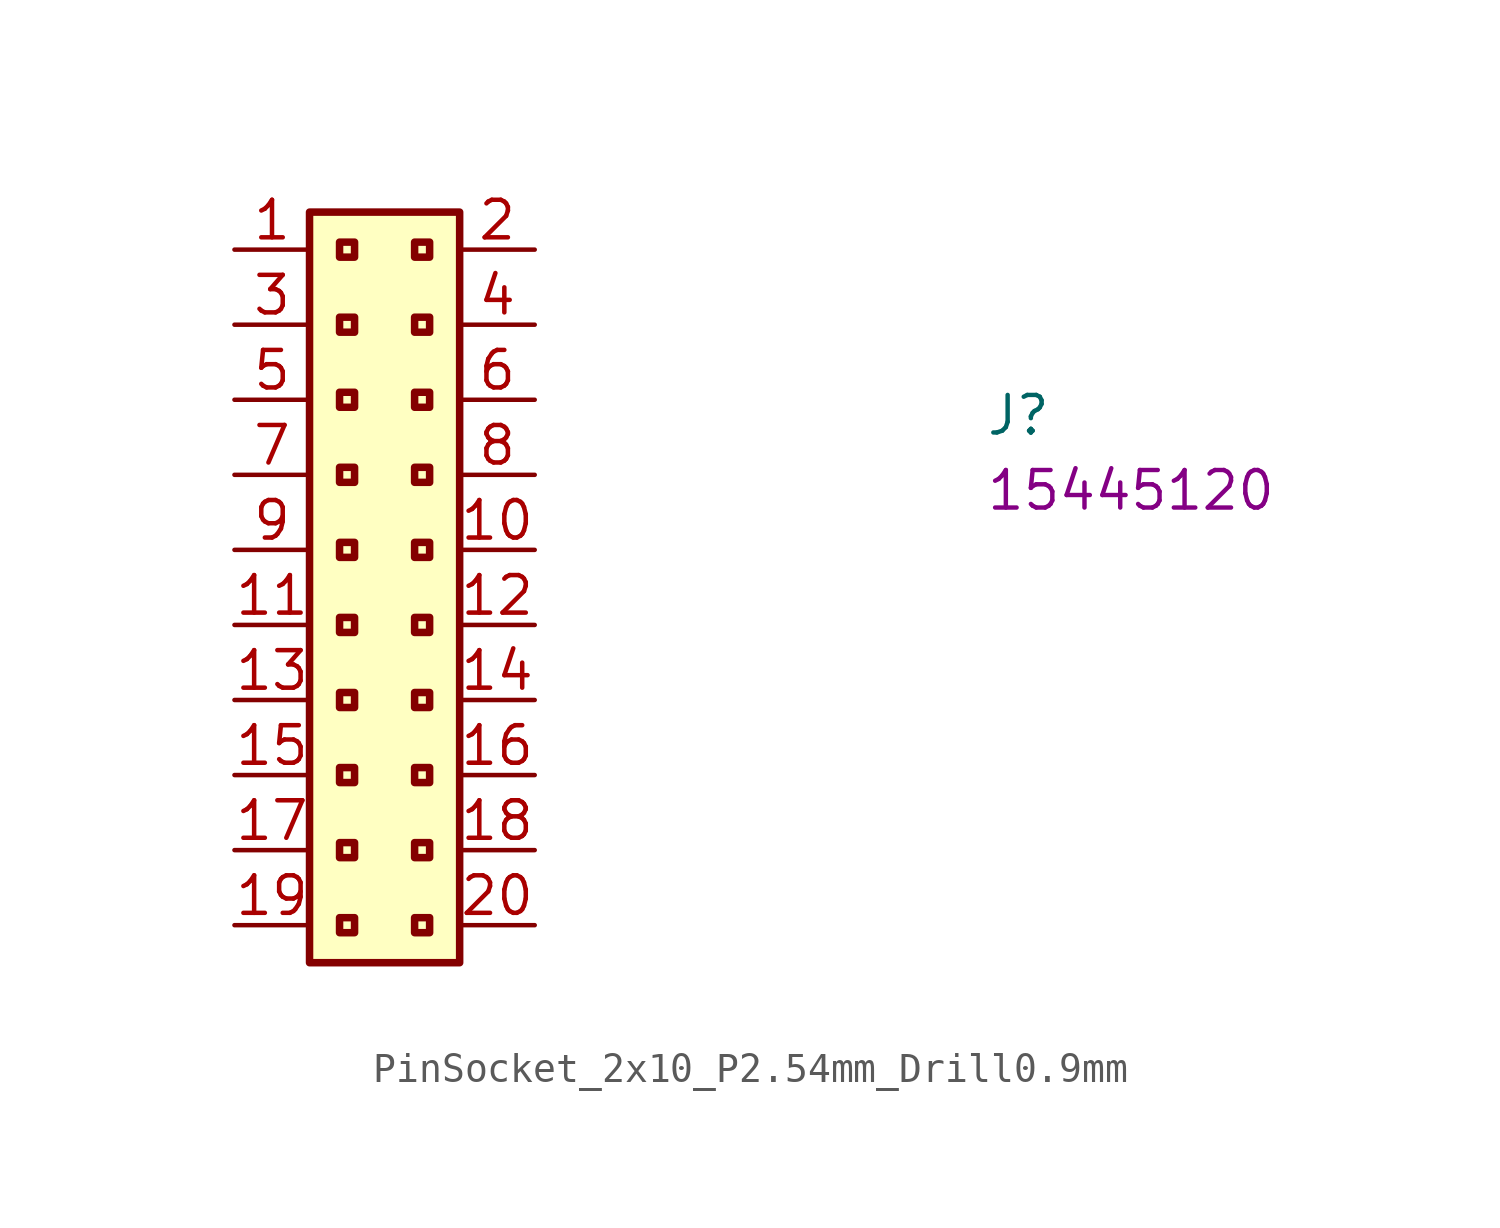
<source format=kicad_sym>
(kicad_symbol_lib
  (version 20220914)
  (generator kicad_symbol_editor)
  (symbol "PinSocket_2x10_P2.54mm_Drill0.9mm"
    (property "Reference" "J"
      (at 25.4 -6.35 0)
      (effects (font (size 1.27 1.27) (thickness 0.15)) (justify left bottom)))
    (property "MPN" "15445120"
      (at 25.4 -8.89 0)
      (effects (font (size 1.27 1.27) (thickness 0.15)) (justify left bottom)))
    (symbol "PinSocket_2x10_P2.54mm_Drill0.9mm_1_1"
      (rectangle (start 2.54 1.27) (end 7.62 -24.13) (stroke (width 0.254) (type default)) (fill (type background)))
      (rectangle (start 3.556 -22.606) (end 4.064 -23.114) (stroke (width 0.254) (type default)) (fill (type background)))
      (rectangle (start 3.556 -20.066) (end 4.064 -20.574) (stroke (width 0.254) (type default)) (fill (type background)))
      (rectangle (start 3.556 -17.526) (end 4.064 -18.034) (stroke (width 0.254) (type default)) (fill (type background)))
      (rectangle (start 3.556 -14.986) (end 4.064 -15.494) (stroke (width 0.254) (type default)) (fill (type background)))
      (rectangle (start 3.556 -12.446) (end 4.064 -12.954) (stroke (width 0.254) (type default)) (fill (type background)))
      (rectangle (start 3.556 -9.906) (end 4.064 -10.414) (stroke (width 0.254) (type default)) (fill (type background)))
      (rectangle (start 3.556 -7.366) (end 4.064 -7.874) (stroke (width 0.254) (type default)) (fill (type background)))
      (rectangle (start 3.556 -4.826) (end 4.064 -5.334) (stroke (width 0.254) (type default)) (fill (type background)))
      (rectangle (start 3.556 -2.286) (end 4.064 -2.794) (stroke (width 0.254) (type default)) (fill (type background)))
      (rectangle (start 3.556 0.254) (end 4.064 -0.254) (stroke (width 0.254) (type default)) (fill (type background)))
      (rectangle (start 6.096 -22.606) (end 6.604 -23.114) (stroke (width 0.254) (type default)) (fill (type background)))
      (rectangle (start 6.096 -20.066) (end 6.604 -20.574) (stroke (width 0.254) (type default)) (fill (type background)))
      (rectangle (start 6.096 -17.526) (end 6.604 -18.034) (stroke (width 0.254) (type default)) (fill (type background)))
      (rectangle (start 6.096 -14.986) (end 6.604 -15.494) (stroke (width 0.254) (type default)) (fill (type background)))
      (rectangle (start 6.096 -12.446) (end 6.604 -12.954) (stroke (width 0.254) (type default)) (fill (type background)))
      (rectangle (start 6.096 -9.906) (end 6.604 -10.414) (stroke (width 0.254) (type default)) (fill (type background)))
      (rectangle (start 6.096 -7.366) (end 6.604 -7.874) (stroke (width 0.254) (type default)) (fill (type background)))
      (rectangle (start 6.096 -4.826) (end 6.604 -5.334) (stroke (width 0.254) (type default)) (fill (type background)))
      (rectangle (start 6.096 -2.286) (end 6.604 -2.794) (stroke (width 0.254) (type default)) (fill (type background)))
      (rectangle (start 6.096 0.254) (end 6.604 -0.254) (stroke (width 0.254) (type default)) (fill (type background)))
      (pin passive line (at 0 0 0) (length 2.54) (name "~" (effects (font (size 1.27 1.27)))) (number "1" (effects (font (size 1.27 1.27)))))
      (pin passive line (at 10.16 -10.16 180) (length 2.54) (name "~" (effects (font (size 1.27 1.27)))) (number "10" (effects (font (size 1.27 1.27)))))
      (pin passive line (at 0 -12.7 0) (length 2.54) (name "~" (effects (font (size 1.27 1.27)))) (number "11" (effects (font (size 1.27 1.27)))))
      (pin passive line (at 10.16 -12.7 180) (length 2.54) (name "~" (effects (font (size 1.27 1.27)))) (number "12" (effects (font (size 1.27 1.27)))))
      (pin passive line (at 0 -15.24 0) (length 2.54) (name "~" (effects (font (size 1.27 1.27)))) (number "13" (effects (font (size 1.27 1.27)))))
      (pin passive line (at 10.16 -15.24 180) (length 2.54) (name "~" (effects (font (size 1.27 1.27)))) (number "14" (effects (font (size 1.27 1.27)))))
      (pin passive line (at 0 -17.78 0) (length 2.54) (name "~" (effects (font (size 1.27 1.27)))) (number "15" (effects (font (size 1.27 1.27)))))
      (pin passive line (at 10.16 -17.78 180) (length 2.54) (name "~" (effects (font (size 1.27 1.27)))) (number "16" (effects (font (size 1.27 1.27)))))
      (pin passive line (at 0 -20.32 0) (length 2.54) (name "~" (effects (font (size 1.27 1.27)))) (number "17" (effects (font (size 1.27 1.27)))))
      (pin passive line (at 10.16 -20.32 180) (length 2.54) (name "~" (effects (font (size 1.27 1.27)))) (number "18" (effects (font (size 1.27 1.27)))))
      (pin passive line (at 0 -22.86 0) (length 2.54) (name "~" (effects (font (size 1.27 1.27)))) (number "19" (effects (font (size 1.27 1.27)))))
      (pin passive line (at 10.16 0 180) (length 2.54) (name "~" (effects (font (size 1.27 1.27)))) (number "2" (effects (font (size 1.27 1.27)))))
      (pin passive line (at 10.16 -22.86 180) (length 2.54) (name "~" (effects (font (size 1.27 1.27)))) (number "20" (effects (font (size 1.27 1.27)))))
      (pin passive line (at 0 -2.54 0) (length 2.54) (name "~" (effects (font (size 1.27 1.27)))) (number "3" (effects (font (size 1.27 1.27)))))
      (pin passive line (at 10.16 -2.54 180) (length 2.54) (name "~" (effects (font (size 1.27 1.27)))) (number "4" (effects (font (size 1.27 1.27)))))
      (pin passive line (at 0 -5.08 0) (length 2.54) (name "~" (effects (font (size 1.27 1.27)))) (number "5" (effects (font (size 1.27 1.27)))))
      (pin passive line (at 10.16 -5.08 180) (length 2.54) (name "~" (effects (font (size 1.27 1.27)))) (number "6" (effects (font (size 1.27 1.27)))))
      (pin passive line (at 0 -7.62 0) (length 2.54) (name "~" (effects (font (size 1.27 1.27)))) (number "7" (effects (font (size 1.27 1.27)))))
      (pin passive line (at 10.16 -7.62 180) (length 2.54) (name "~" (effects (font (size 1.27 1.27)))) (number "8" (effects (font (size 1.27 1.27)))))
      (pin passive line (at 0 -10.16 0) (length 2.54) (name "~" (effects (font (size 1.27 1.27)))) (number "9" (effects (font (size 1.27 1.27))))))))
</source>
